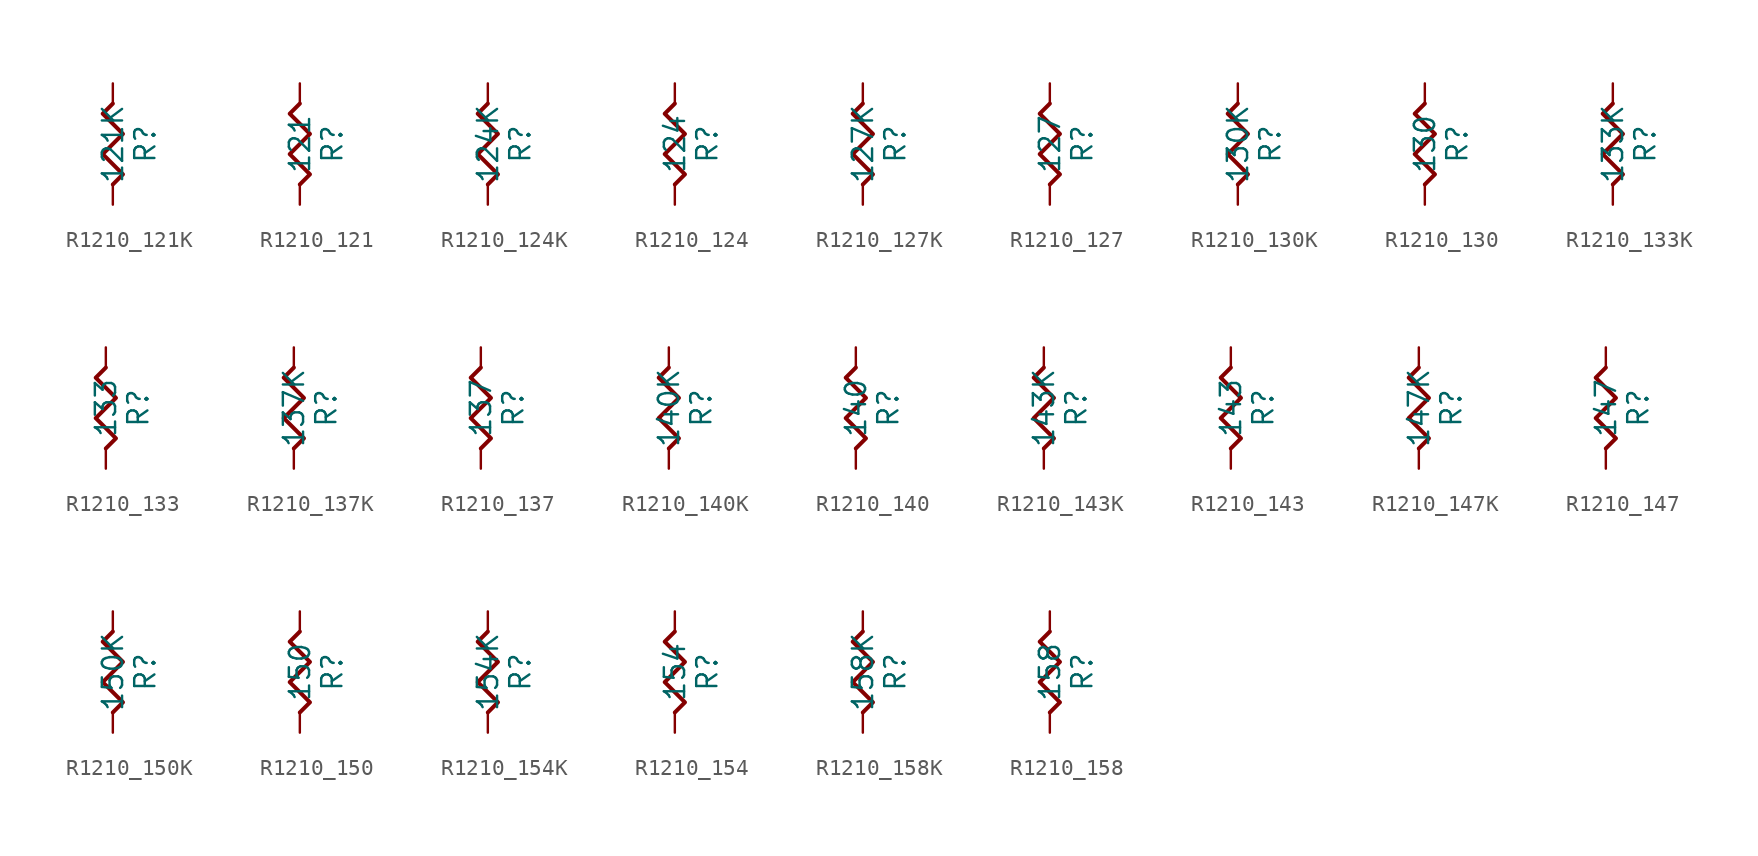
<source format=kicad_sym>
(kicad_symbol_lib
  (version 20211014)
  (generator atlantix-eda)
  (symbol "R1210_121K"
    (pin_numbers hide)
    (pin_names
      (offset 0))
    (property "Reference" "R"
      (at 2.032 0 90)
      (effects (font (size 1.27 1.27))))
    (property "Value" "121K"
      (at 0 0 90)
      (effects (font (size 1.27 1.27))))
    (symbol "R1210_121K_0_1"
      (polyline (pts (xy 0 -2.54) (xy 0.635 -1.905) (xy -0.635 -0.635) (xy 0.635 0.635) (xy -0.635 1.905) (xy 0 2.54)) (stroke (width 0.254) (type default) (color 0 0 0 0)) (fill (type none))))
    (symbol "R1210_121K_1_1"
      (pin passive line (at 0 3.81 270) (length 1.27) (name "~" (effects (font (size 1.27 1.27)))) (number "1" (effects (font (size 1.27 1.27)))))
      (pin passive line (at 0 -3.81 90) (length 1.27) (name "~" (effects (font (size 1.27 1.27)))) (number "2" (effects (font (size 1.27 1.27)))))))
  (symbol "R1210_121"
    (pin_numbers hide)
    (pin_names
      (offset 0))
    (property "Reference" "R"
      (at 2.032 0 90)
      (effects (font (size 1.27 1.27))))
    (property "Value" "121"
      (at 0 0 90)
      (effects (font (size 1.27 1.27))))
    (symbol "R1210_121_0_1"
      (polyline (pts (xy 0 -2.54) (xy 0.635 -1.905) (xy -0.635 -0.635) (xy 0.635 0.635) (xy -0.635 1.905) (xy 0 2.54)) (stroke (width 0.254) (type default) (color 0 0 0 0)) (fill (type none))))
    (symbol "R1210_121_1_1"
      (pin passive line (at 0 3.81 270) (length 1.27) (name "~" (effects (font (size 1.27 1.27)))) (number "1" (effects (font (size 1.27 1.27)))))
      (pin passive line (at 0 -3.81 90) (length 1.27) (name "~" (effects (font (size 1.27 1.27)))) (number "2" (effects (font (size 1.27 1.27)))))))
  (symbol "R1210_124K"
    (pin_numbers hide)
    (pin_names
      (offset 0))
    (property "Reference" "R"
      (at 2.032 0 90)
      (effects (font (size 1.27 1.27))))
    (property "Value" "124K"
      (at 0 0 90)
      (effects (font (size 1.27 1.27))))
    (symbol "R1210_124K_0_1"
      (polyline (pts (xy 0 -2.54) (xy 0.635 -1.905) (xy -0.635 -0.635) (xy 0.635 0.635) (xy -0.635 1.905) (xy 0 2.54)) (stroke (width 0.254) (type default) (color 0 0 0 0)) (fill (type none))))
    (symbol "R1210_124K_1_1"
      (pin passive line (at 0 3.81 270) (length 1.27) (name "~" (effects (font (size 1.27 1.27)))) (number "1" (effects (font (size 1.27 1.27)))))
      (pin passive line (at 0 -3.81 90) (length 1.27) (name "~" (effects (font (size 1.27 1.27)))) (number "2" (effects (font (size 1.27 1.27)))))))
  (symbol "R1210_124"
    (pin_numbers hide)
    (pin_names
      (offset 0))
    (property "Reference" "R"
      (at 2.032 0 90)
      (effects (font (size 1.27 1.27))))
    (property "Value" "124"
      (at 0 0 90)
      (effects (font (size 1.27 1.27))))
    (symbol "R1210_124_0_1"
      (polyline (pts (xy 0 -2.54) (xy 0.635 -1.905) (xy -0.635 -0.635) (xy 0.635 0.635) (xy -0.635 1.905) (xy 0 2.54)) (stroke (width 0.254) (type default) (color 0 0 0 0)) (fill (type none))))
    (symbol "R1210_124_1_1"
      (pin passive line (at 0 3.81 270) (length 1.27) (name "~" (effects (font (size 1.27 1.27)))) (number "1" (effects (font (size 1.27 1.27)))))
      (pin passive line (at 0 -3.81 90) (length 1.27) (name "~" (effects (font (size 1.27 1.27)))) (number "2" (effects (font (size 1.27 1.27)))))))
  (symbol "R1210_127K"
    (pin_numbers hide)
    (pin_names
      (offset 0))
    (property "Reference" "R"
      (at 2.032 0 90)
      (effects (font (size 1.27 1.27))))
    (property "Value" "127K"
      (at 0 0 90)
      (effects (font (size 1.27 1.27))))
    (symbol "R1210_127K_0_1"
      (polyline (pts (xy 0 -2.54) (xy 0.635 -1.905) (xy -0.635 -0.635) (xy 0.635 0.635) (xy -0.635 1.905) (xy 0 2.54)) (stroke (width 0.254) (type default) (color 0 0 0 0)) (fill (type none))))
    (symbol "R1210_127K_1_1"
      (pin passive line (at 0 3.81 270) (length 1.27) (name "~" (effects (font (size 1.27 1.27)))) (number "1" (effects (font (size 1.27 1.27)))))
      (pin passive line (at 0 -3.81 90) (length 1.27) (name "~" (effects (font (size 1.27 1.27)))) (number "2" (effects (font (size 1.27 1.27)))))))
  (symbol "R1210_127"
    (pin_numbers hide)
    (pin_names
      (offset 0))
    (property "Reference" "R"
      (at 2.032 0 90)
      (effects (font (size 1.27 1.27))))
    (property "Value" "127"
      (at 0 0 90)
      (effects (font (size 1.27 1.27))))
    (symbol "R1210_127_0_1"
      (polyline (pts (xy 0 -2.54) (xy 0.635 -1.905) (xy -0.635 -0.635) (xy 0.635 0.635) (xy -0.635 1.905) (xy 0 2.54)) (stroke (width 0.254) (type default) (color 0 0 0 0)) (fill (type none))))
    (symbol "R1210_127_1_1"
      (pin passive line (at 0 3.81 270) (length 1.27) (name "~" (effects (font (size 1.27 1.27)))) (number "1" (effects (font (size 1.27 1.27)))))
      (pin passive line (at 0 -3.81 90) (length 1.27) (name "~" (effects (font (size 1.27 1.27)))) (number "2" (effects (font (size 1.27 1.27)))))))
  (symbol "R1210_130K"
    (pin_numbers hide)
    (pin_names
      (offset 0))
    (property "Reference" "R"
      (at 2.032 0 90)
      (effects (font (size 1.27 1.27))))
    (property "Value" "130K"
      (at 0 0 90)
      (effects (font (size 1.27 1.27))))
    (symbol "R1210_130K_0_1"
      (polyline (pts (xy 0 -2.54) (xy 0.635 -1.905) (xy -0.635 -0.635) (xy 0.635 0.635) (xy -0.635 1.905) (xy 0 2.54)) (stroke (width 0.254) (type default) (color 0 0 0 0)) (fill (type none))))
    (symbol "R1210_130K_1_1"
      (pin passive line (at 0 3.81 270) (length 1.27) (name "~" (effects (font (size 1.27 1.27)))) (number "1" (effects (font (size 1.27 1.27)))))
      (pin passive line (at 0 -3.81 90) (length 1.27) (name "~" (effects (font (size 1.27 1.27)))) (number "2" (effects (font (size 1.27 1.27)))))))
  (symbol "R1210_130"
    (pin_numbers hide)
    (pin_names
      (offset 0))
    (property "Reference" "R"
      (at 2.032 0 90)
      (effects (font (size 1.27 1.27))))
    (property "Value" "130"
      (at 0 0 90)
      (effects (font (size 1.27 1.27))))
    (symbol "R1210_130_0_1"
      (polyline (pts (xy 0 -2.54) (xy 0.635 -1.905) (xy -0.635 -0.635) (xy 0.635 0.635) (xy -0.635 1.905) (xy 0 2.54)) (stroke (width 0.254) (type default) (color 0 0 0 0)) (fill (type none))))
    (symbol "R1210_130_1_1"
      (pin passive line (at 0 3.81 270) (length 1.27) (name "~" (effects (font (size 1.27 1.27)))) (number "1" (effects (font (size 1.27 1.27)))))
      (pin passive line (at 0 -3.81 90) (length 1.27) (name "~" (effects (font (size 1.27 1.27)))) (number "2" (effects (font (size 1.27 1.27)))))))
  (symbol "R1210_133K"
    (pin_numbers hide)
    (pin_names
      (offset 0))
    (property "Reference" "R"
      (at 2.032 0 90)
      (effects (font (size 1.27 1.27))))
    (property "Value" "133K"
      (at 0 0 90)
      (effects (font (size 1.27 1.27))))
    (symbol "R1210_133K_0_1"
      (polyline (pts (xy 0 -2.54) (xy 0.635 -1.905) (xy -0.635 -0.635) (xy 0.635 0.635) (xy -0.635 1.905) (xy 0 2.54)) (stroke (width 0.254) (type default) (color 0 0 0 0)) (fill (type none))))
    (symbol "R1210_133K_1_1"
      (pin passive line (at 0 3.81 270) (length 1.27) (name "~" (effects (font (size 1.27 1.27)))) (number "1" (effects (font (size 1.27 1.27)))))
      (pin passive line (at 0 -3.81 90) (length 1.27) (name "~" (effects (font (size 1.27 1.27)))) (number "2" (effects (font (size 1.27 1.27)))))))
  (symbol "R1210_133"
    (pin_numbers hide)
    (pin_names
      (offset 0))
    (property "Reference" "R"
      (at 2.032 0 90)
      (effects (font (size 1.27 1.27))))
    (property "Value" "133"
      (at 0 0 90)
      (effects (font (size 1.27 1.27))))
    (symbol "R1210_133_0_1"
      (polyline (pts (xy 0 -2.54) (xy 0.635 -1.905) (xy -0.635 -0.635) (xy 0.635 0.635) (xy -0.635 1.905) (xy 0 2.54)) (stroke (width 0.254) (type default) (color 0 0 0 0)) (fill (type none))))
    (symbol "R1210_133_1_1"
      (pin passive line (at 0 3.81 270) (length 1.27) (name "~" (effects (font (size 1.27 1.27)))) (number "1" (effects (font (size 1.27 1.27)))))
      (pin passive line (at 0 -3.81 90) (length 1.27) (name "~" (effects (font (size 1.27 1.27)))) (number "2" (effects (font (size 1.27 1.27)))))))
  (symbol "R1210_137K"
    (pin_numbers hide)
    (pin_names
      (offset 0))
    (property "Reference" "R"
      (at 2.032 0 90)
      (effects (font (size 1.27 1.27))))
    (property "Value" "137K"
      (at 0 0 90)
      (effects (font (size 1.27 1.27))))
    (symbol "R1210_137K_0_1"
      (polyline (pts (xy 0 -2.54) (xy 0.635 -1.905) (xy -0.635 -0.635) (xy 0.635 0.635) (xy -0.635 1.905) (xy 0 2.54)) (stroke (width 0.254) (type default) (color 0 0 0 0)) (fill (type none))))
    (symbol "R1210_137K_1_1"
      (pin passive line (at 0 3.81 270) (length 1.27) (name "~" (effects (font (size 1.27 1.27)))) (number "1" (effects (font (size 1.27 1.27)))))
      (pin passive line (at 0 -3.81 90) (length 1.27) (name "~" (effects (font (size 1.27 1.27)))) (number "2" (effects (font (size 1.27 1.27)))))))
  (symbol "R1210_137"
    (pin_numbers hide)
    (pin_names
      (offset 0))
    (property "Reference" "R"
      (at 2.032 0 90)
      (effects (font (size 1.27 1.27))))
    (property "Value" "137"
      (at 0 0 90)
      (effects (font (size 1.27 1.27))))
    (symbol "R1210_137_0_1"
      (polyline (pts (xy 0 -2.54) (xy 0.635 -1.905) (xy -0.635 -0.635) (xy 0.635 0.635) (xy -0.635 1.905) (xy 0 2.54)) (stroke (width 0.254) (type default) (color 0 0 0 0)) (fill (type none))))
    (symbol "R1210_137_1_1"
      (pin passive line (at 0 3.81 270) (length 1.27) (name "~" (effects (font (size 1.27 1.27)))) (number "1" (effects (font (size 1.27 1.27)))))
      (pin passive line (at 0 -3.81 90) (length 1.27) (name "~" (effects (font (size 1.27 1.27)))) (number "2" (effects (font (size 1.27 1.27)))))))
  (symbol "R1210_140K"
    (pin_numbers hide)
    (pin_names
      (offset 0))
    (property "Reference" "R"
      (at 2.032 0 90)
      (effects (font (size 1.27 1.27))))
    (property "Value" "140K"
      (at 0 0 90)
      (effects (font (size 1.27 1.27))))
    (symbol "R1210_140K_0_1"
      (polyline (pts (xy 0 -2.54) (xy 0.635 -1.905) (xy -0.635 -0.635) (xy 0.635 0.635) (xy -0.635 1.905) (xy 0 2.54)) (stroke (width 0.254) (type default) (color 0 0 0 0)) (fill (type none))))
    (symbol "R1210_140K_1_1"
      (pin passive line (at 0 3.81 270) (length 1.27) (name "~" (effects (font (size 1.27 1.27)))) (number "1" (effects (font (size 1.27 1.27)))))
      (pin passive line (at 0 -3.81 90) (length 1.27) (name "~" (effects (font (size 1.27 1.27)))) (number "2" (effects (font (size 1.27 1.27)))))))
  (symbol "R1210_140"
    (pin_numbers hide)
    (pin_names
      (offset 0))
    (property "Reference" "R"
      (at 2.032 0 90)
      (effects (font (size 1.27 1.27))))
    (property "Value" "140"
      (at 0 0 90)
      (effects (font (size 1.27 1.27))))
    (symbol "R1210_140_0_1"
      (polyline (pts (xy 0 -2.54) (xy 0.635 -1.905) (xy -0.635 -0.635) (xy 0.635 0.635) (xy -0.635 1.905) (xy 0 2.54)) (stroke (width 0.254) (type default) (color 0 0 0 0)) (fill (type none))))
    (symbol "R1210_140_1_1"
      (pin passive line (at 0 3.81 270) (length 1.27) (name "~" (effects (font (size 1.27 1.27)))) (number "1" (effects (font (size 1.27 1.27)))))
      (pin passive line (at 0 -3.81 90) (length 1.27) (name "~" (effects (font (size 1.27 1.27)))) (number "2" (effects (font (size 1.27 1.27)))))))
  (symbol "R1210_143K"
    (pin_numbers hide)
    (pin_names
      (offset 0))
    (property "Reference" "R"
      (at 2.032 0 90)
      (effects (font (size 1.27 1.27))))
    (property "Value" "143K"
      (at 0 0 90)
      (effects (font (size 1.27 1.27))))
    (symbol "R1210_143K_0_1"
      (polyline (pts (xy 0 -2.54) (xy 0.635 -1.905) (xy -0.635 -0.635) (xy 0.635 0.635) (xy -0.635 1.905) (xy 0 2.54)) (stroke (width 0.254) (type default) (color 0 0 0 0)) (fill (type none))))
    (symbol "R1210_143K_1_1"
      (pin passive line (at 0 3.81 270) (length 1.27) (name "~" (effects (font (size 1.27 1.27)))) (number "1" (effects (font (size 1.27 1.27)))))
      (pin passive line (at 0 -3.81 90) (length 1.27) (name "~" (effects (font (size 1.27 1.27)))) (number "2" (effects (font (size 1.27 1.27)))))))
  (symbol "R1210_143"
    (pin_numbers hide)
    (pin_names
      (offset 0))
    (property "Reference" "R"
      (at 2.032 0 90)
      (effects (font (size 1.27 1.27))))
    (property "Value" "143"
      (at 0 0 90)
      (effects (font (size 1.27 1.27))))
    (symbol "R1210_143_0_1"
      (polyline (pts (xy 0 -2.54) (xy 0.635 -1.905) (xy -0.635 -0.635) (xy 0.635 0.635) (xy -0.635 1.905) (xy 0 2.54)) (stroke (width 0.254) (type default) (color 0 0 0 0)) (fill (type none))))
    (symbol "R1210_143_1_1"
      (pin passive line (at 0 3.81 270) (length 1.27) (name "~" (effects (font (size 1.27 1.27)))) (number "1" (effects (font (size 1.27 1.27)))))
      (pin passive line (at 0 -3.81 90) (length 1.27) (name "~" (effects (font (size 1.27 1.27)))) (number "2" (effects (font (size 1.27 1.27)))))))
  (symbol "R1210_147K"
    (pin_numbers hide)
    (pin_names
      (offset 0))
    (property "Reference" "R"
      (at 2.032 0 90)
      (effects (font (size 1.27 1.27))))
    (property "Value" "147K"
      (at 0 0 90)
      (effects (font (size 1.27 1.27))))
    (symbol "R1210_147K_0_1"
      (polyline (pts (xy 0 -2.54) (xy 0.635 -1.905) (xy -0.635 -0.635) (xy 0.635 0.635) (xy -0.635 1.905) (xy 0 2.54)) (stroke (width 0.254) (type default) (color 0 0 0 0)) (fill (type none))))
    (symbol "R1210_147K_1_1"
      (pin passive line (at 0 3.81 270) (length 1.27) (name "~" (effects (font (size 1.27 1.27)))) (number "1" (effects (font (size 1.27 1.27)))))
      (pin passive line (at 0 -3.81 90) (length 1.27) (name "~" (effects (font (size 1.27 1.27)))) (number "2" (effects (font (size 1.27 1.27)))))))
  (symbol "R1210_147"
    (pin_numbers hide)
    (pin_names
      (offset 0))
    (property "Reference" "R"
      (at 2.032 0 90)
      (effects (font (size 1.27 1.27))))
    (property "Value" "147"
      (at 0 0 90)
      (effects (font (size 1.27 1.27))))
    (symbol "R1210_147_0_1"
      (polyline (pts (xy 0 -2.54) (xy 0.635 -1.905) (xy -0.635 -0.635) (xy 0.635 0.635) (xy -0.635 1.905) (xy 0 2.54)) (stroke (width 0.254) (type default) (color 0 0 0 0)) (fill (type none))))
    (symbol "R1210_147_1_1"
      (pin passive line (at 0 3.81 270) (length 1.27) (name "~" (effects (font (size 1.27 1.27)))) (number "1" (effects (font (size 1.27 1.27)))))
      (pin passive line (at 0 -3.81 90) (length 1.27) (name "~" (effects (font (size 1.27 1.27)))) (number "2" (effects (font (size 1.27 1.27)))))))
  (symbol "R1210_150K"
    (pin_numbers hide)
    (pin_names
      (offset 0))
    (property "Reference" "R"
      (at 2.032 0 90)
      (effects (font (size 1.27 1.27))))
    (property "Value" "150K"
      (at 0 0 90)
      (effects (font (size 1.27 1.27))))
    (symbol "R1210_150K_0_1"
      (polyline (pts (xy 0 -2.54) (xy 0.635 -1.905) (xy -0.635 -0.635) (xy 0.635 0.635) (xy -0.635 1.905) (xy 0 2.54)) (stroke (width 0.254) (type default) (color 0 0 0 0)) (fill (type none))))
    (symbol "R1210_150K_1_1"
      (pin passive line (at 0 3.81 270) (length 1.27) (name "~" (effects (font (size 1.27 1.27)))) (number "1" (effects (font (size 1.27 1.27)))))
      (pin passive line (at 0 -3.81 90) (length 1.27) (name "~" (effects (font (size 1.27 1.27)))) (number "2" (effects (font (size 1.27 1.27)))))))
  (symbol "R1210_150"
    (pin_numbers hide)
    (pin_names
      (offset 0))
    (property "Reference" "R"
      (at 2.032 0 90)
      (effects (font (size 1.27 1.27))))
    (property "Value" "150"
      (at 0 0 90)
      (effects (font (size 1.27 1.27))))
    (symbol "R1210_150_0_1"
      (polyline (pts (xy 0 -2.54) (xy 0.635 -1.905) (xy -0.635 -0.635) (xy 0.635 0.635) (xy -0.635 1.905) (xy 0 2.54)) (stroke (width 0.254) (type default) (color 0 0 0 0)) (fill (type none))))
    (symbol "R1210_150_1_1"
      (pin passive line (at 0 3.81 270) (length 1.27) (name "~" (effects (font (size 1.27 1.27)))) (number "1" (effects (font (size 1.27 1.27)))))
      (pin passive line (at 0 -3.81 90) (length 1.27) (name "~" (effects (font (size 1.27 1.27)))) (number "2" (effects (font (size 1.27 1.27)))))))
  (symbol "R1210_154K"
    (pin_numbers hide)
    (pin_names
      (offset 0))
    (property "Reference" "R"
      (at 2.032 0 90)
      (effects (font (size 1.27 1.27))))
    (property "Value" "154K"
      (at 0 0 90)
      (effects (font (size 1.27 1.27))))
    (symbol "R1210_154K_0_1"
      (polyline (pts (xy 0 -2.54) (xy 0.635 -1.905) (xy -0.635 -0.635) (xy 0.635 0.635) (xy -0.635 1.905) (xy 0 2.54)) (stroke (width 0.254) (type default) (color 0 0 0 0)) (fill (type none))))
    (symbol "R1210_154K_1_1"
      (pin passive line (at 0 3.81 270) (length 1.27) (name "~" (effects (font (size 1.27 1.27)))) (number "1" (effects (font (size 1.27 1.27)))))
      (pin passive line (at 0 -3.81 90) (length 1.27) (name "~" (effects (font (size 1.27 1.27)))) (number "2" (effects (font (size 1.27 1.27)))))))
  (symbol "R1210_154"
    (pin_numbers hide)
    (pin_names
      (offset 0))
    (property "Reference" "R"
      (at 2.032 0 90)
      (effects (font (size 1.27 1.27))))
    (property "Value" "154"
      (at 0 0 90)
      (effects (font (size 1.27 1.27))))
    (symbol "R1210_154_0_1"
      (polyline (pts (xy 0 -2.54) (xy 0.635 -1.905) (xy -0.635 -0.635) (xy 0.635 0.635) (xy -0.635 1.905) (xy 0 2.54)) (stroke (width 0.254) (type default) (color 0 0 0 0)) (fill (type none))))
    (symbol "R1210_154_1_1"
      (pin passive line (at 0 3.81 270) (length 1.27) (name "~" (effects (font (size 1.27 1.27)))) (number "1" (effects (font (size 1.27 1.27)))))
      (pin passive line (at 0 -3.81 90) (length 1.27) (name "~" (effects (font (size 1.27 1.27)))) (number "2" (effects (font (size 1.27 1.27)))))))
  (symbol "R1210_158K"
    (pin_numbers hide)
    (pin_names
      (offset 0))
    (property "Reference" "R"
      (at 2.032 0 90)
      (effects (font (size 1.27 1.27))))
    (property "Value" "158K"
      (at 0 0 90)
      (effects (font (size 1.27 1.27))))
    (symbol "R1210_158K_0_1"
      (polyline (pts (xy 0 -2.54) (xy 0.635 -1.905) (xy -0.635 -0.635) (xy 0.635 0.635) (xy -0.635 1.905) (xy 0 2.54)) (stroke (width 0.254) (type default) (color 0 0 0 0)) (fill (type none))))
    (symbol "R1210_158K_1_1"
      (pin passive line (at 0 3.81 270) (length 1.27) (name "~" (effects (font (size 1.27 1.27)))) (number "1" (effects (font (size 1.27 1.27)))))
      (pin passive line (at 0 -3.81 90) (length 1.27) (name "~" (effects (font (size 1.27 1.27)))) (number "2" (effects (font (size 1.27 1.27)))))))
  (symbol "R1210_158"
    (pin_numbers hide)
    (pin_names
      (offset 0))
    (property "Reference" "R"
      (at 2.032 0 90)
      (effects (font (size 1.27 1.27))))
    (property "Value" "158"
      (at 0 0 90)
      (effects (font (size 1.27 1.27))))
    (symbol "R1210_158_0_1"
      (polyline (pts (xy 0 -2.54) (xy 0.635 -1.905) (xy -0.635 -0.635) (xy 0.635 0.635) (xy -0.635 1.905) (xy 0 2.54)) (stroke (width 0.254) (type default) (color 0 0 0 0)) (fill (type none))))
    (symbol "R1210_158_1_1"
      (pin passive line (at 0 3.81 270) (length 1.27) (name "~" (effects (font (size 1.27 1.27)))) (number "1" (effects (font (size 1.27 1.27)))))
      (pin passive line (at 0 -3.81 90) (length 1.27) (name "~" (effects (font (size 1.27 1.27)))) (number "2" (effects (font (size 1.27 1.27))))))))
</source>
